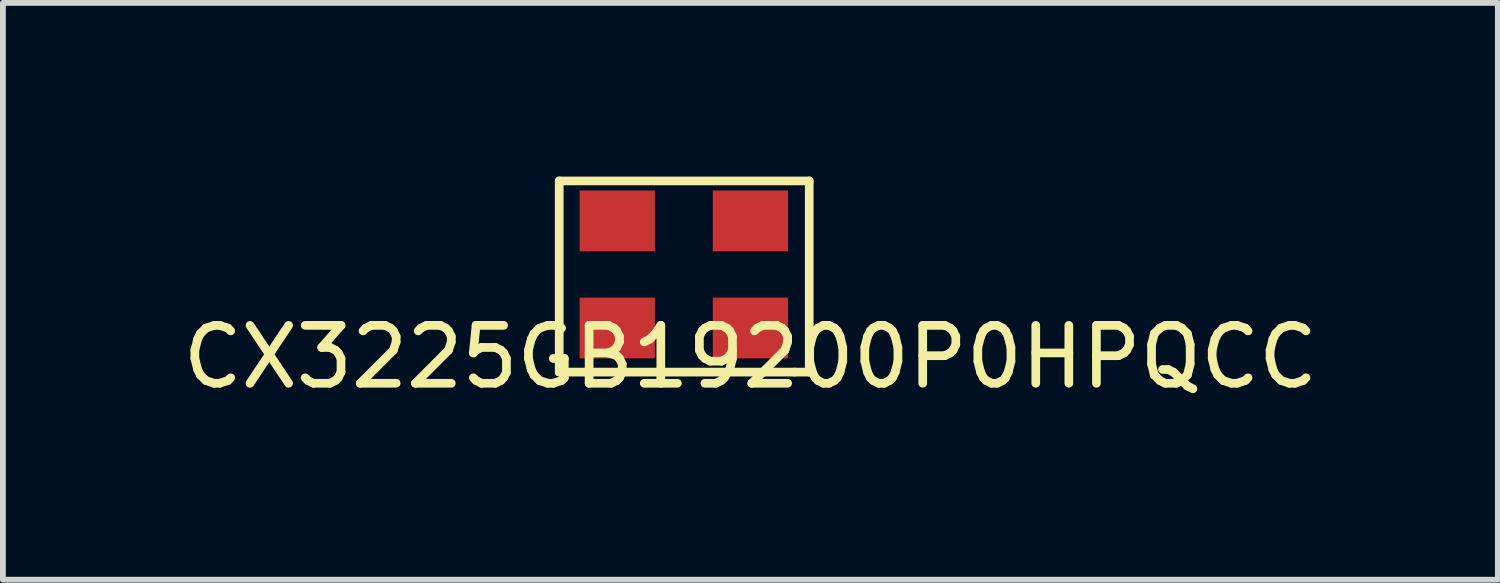
<source format=kicad_pcb>
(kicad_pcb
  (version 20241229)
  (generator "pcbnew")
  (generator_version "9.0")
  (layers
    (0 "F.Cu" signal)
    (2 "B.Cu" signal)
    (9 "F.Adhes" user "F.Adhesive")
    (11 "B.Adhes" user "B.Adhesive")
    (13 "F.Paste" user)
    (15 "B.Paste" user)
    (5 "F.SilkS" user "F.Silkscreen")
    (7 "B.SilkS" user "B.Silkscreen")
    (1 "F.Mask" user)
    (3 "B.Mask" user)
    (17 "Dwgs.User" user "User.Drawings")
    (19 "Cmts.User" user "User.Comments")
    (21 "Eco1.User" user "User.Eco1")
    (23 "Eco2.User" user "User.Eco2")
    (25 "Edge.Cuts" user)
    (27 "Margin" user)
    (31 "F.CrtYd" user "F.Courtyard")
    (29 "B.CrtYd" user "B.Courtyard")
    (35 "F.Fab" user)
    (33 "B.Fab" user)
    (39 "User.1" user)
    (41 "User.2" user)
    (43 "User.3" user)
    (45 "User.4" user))
  (footprint "CX3225GB19200P0HPQCC"
    (layer "F.Cu")
    (at 9.911 2.615)
    (property "Reference" "CX3225GB19200P0HPQCC" (at 0 0.5 0) (layer "F.SilkS") (effects (font (size 1 1) (thickness 0.15))))
    (attr through_hole)
    (fp_line (start -3.302 -2.54) (end -3.302 0.762) (stroke (width 0.15) (type solid)) (layer "F.SilkS"))
    (fp_line (start -3.302 0.762) (end 0.762 0.762) (stroke (width 0.15) (type solid)) (layer "F.SilkS"))
    (fp_line (start 0.762 0.762) (end 1.016 0.762) (stroke (width 0.15) (type solid)) (layer "F.SilkS"))
    (fp_line (start 1.016 -2.54) (end -3.302 -2.54) (stroke (width 0.15) (type solid)) (layer "F.SilkS"))
    (fp_line (start 1.016 0.762) (end 1.016 -2.54) (stroke (width 0.15) (type solid)) (layer "F.SilkS"))
    (pad "1" smd rect (at -2.3 -1.85) (size 1.3 1.05) (layers "F.Cu" "F.Mask" "F.Paste"))
    (pad "2" smd rect (at 0 -1.85) (size 1.3 1.05) (layers "F.Cu" "F.Mask" "F.Paste"))
    (pad "3" smd rect (at 0 0) (size 1.3 1.05) (layers "F.Cu" "F.Mask" "F.Paste"))
    (pad "4" smd rect (at -2.3 0) (size 1.3 1.05) (layers "F.Cu" "F.Mask" "F.Paste")))
  (gr_rect
    (start -3 -3)
    (end 22.821 6.963)
    (stroke (width 0.1) (type default))
    (fill no)
    (layer "Edge.Cuts")))
</source>
